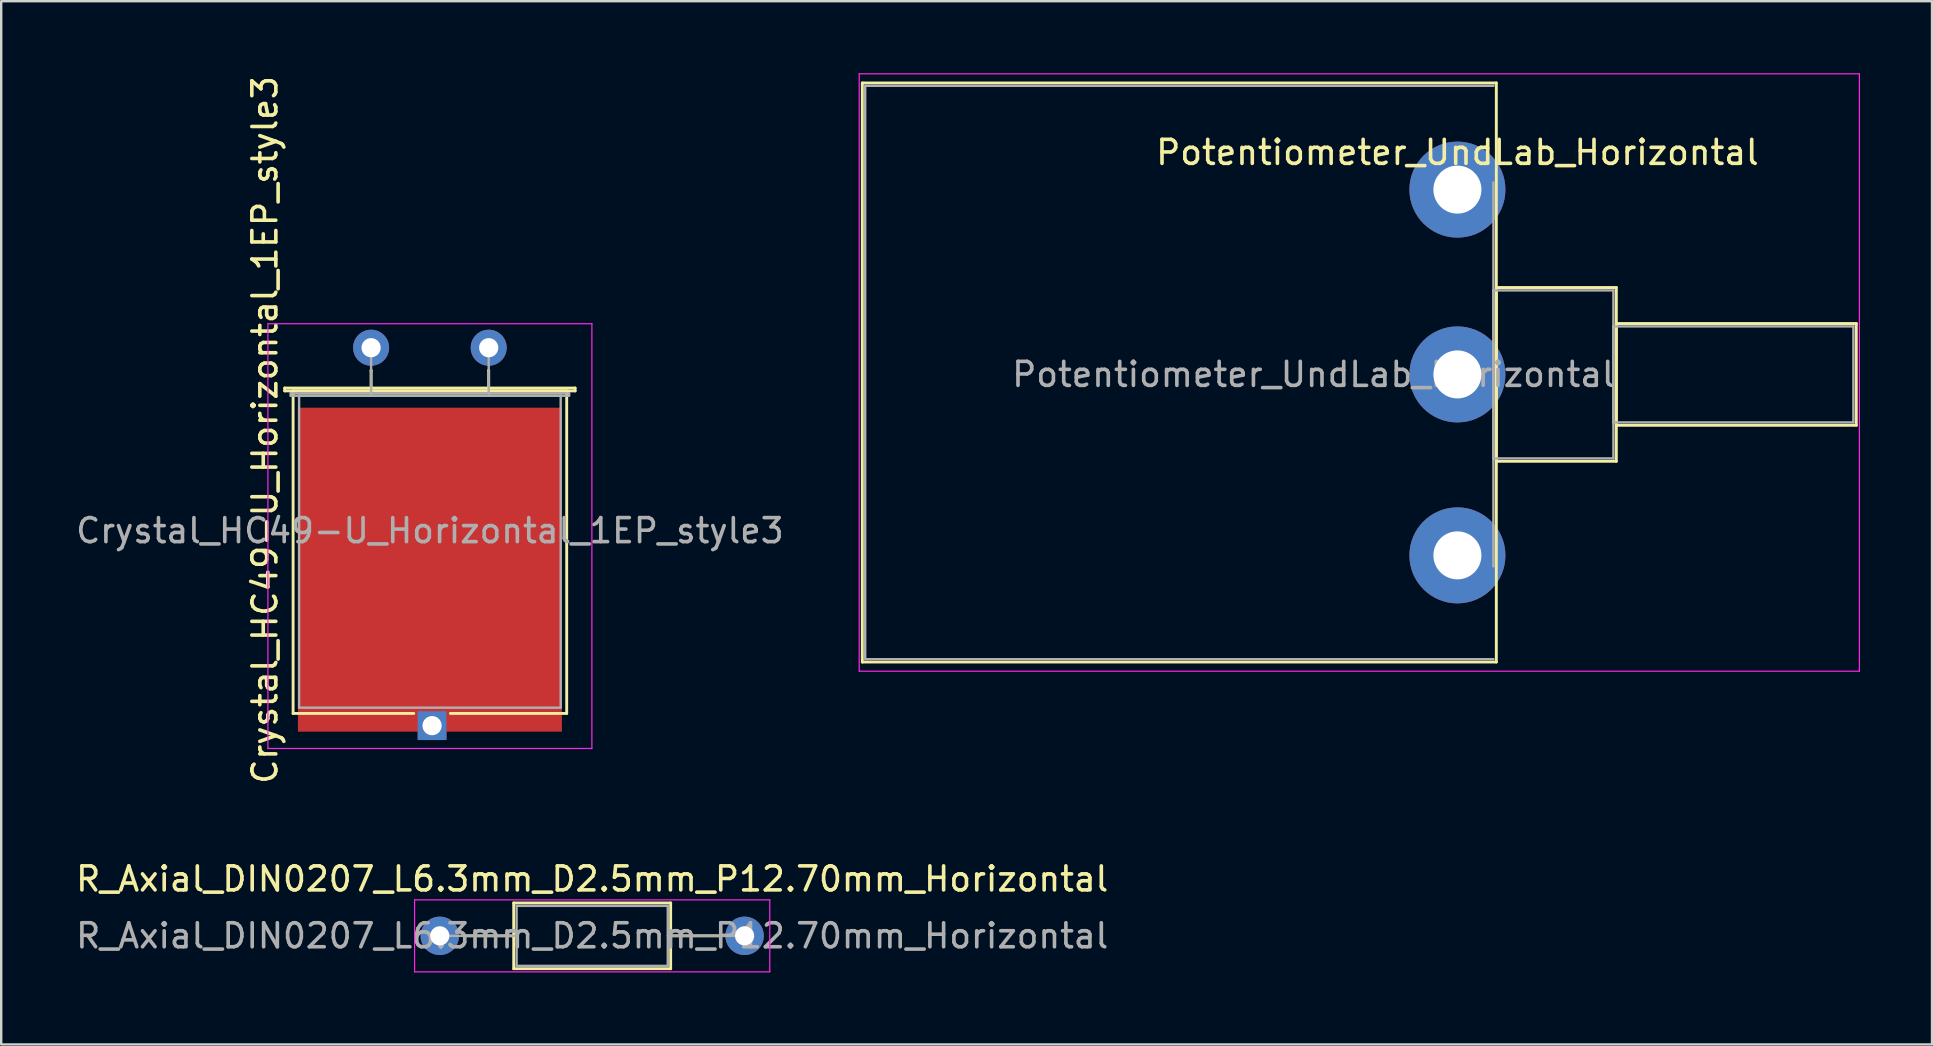
<source format=kicad_pcb>
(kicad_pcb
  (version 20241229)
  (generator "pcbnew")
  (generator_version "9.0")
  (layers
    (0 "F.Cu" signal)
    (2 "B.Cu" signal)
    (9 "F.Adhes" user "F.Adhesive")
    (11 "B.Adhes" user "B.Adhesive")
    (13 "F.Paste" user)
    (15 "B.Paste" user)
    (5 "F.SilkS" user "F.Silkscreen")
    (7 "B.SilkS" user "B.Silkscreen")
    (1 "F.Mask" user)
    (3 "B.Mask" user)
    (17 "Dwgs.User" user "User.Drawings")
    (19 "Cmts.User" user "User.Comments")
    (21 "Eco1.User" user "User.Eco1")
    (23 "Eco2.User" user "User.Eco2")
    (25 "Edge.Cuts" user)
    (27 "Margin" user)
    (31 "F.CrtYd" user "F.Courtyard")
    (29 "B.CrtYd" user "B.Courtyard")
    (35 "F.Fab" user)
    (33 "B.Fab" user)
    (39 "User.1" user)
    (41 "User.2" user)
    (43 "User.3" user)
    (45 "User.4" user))
  (footprint "R_Axial_DIN0207_L6.3mm_D2.5mm_P12.70mm_Horizontal"
    (layer "F.Cu")
    (at 15.275 35.944)
    (property "Reference" "R_Axial_DIN0207_L6.3mm_D2.5mm_P12.70mm_Horizontal" (at 6.35 -2.37 0) (layer "F.SilkS") (effects (font (size 1 1) (thickness 0.15))))
    (attr through_hole)
    (fp_line (start 1.04 0) (end 3.08 0) (stroke (width 0.12) (type solid)) (layer "F.SilkS"))
    (fp_line (start 3.08 -1.37) (end 3.08 1.37) (stroke (width 0.12) (type solid)) (layer "F.SilkS"))
    (fp_line (start 3.08 1.37) (end 9.62 1.37) (stroke (width 0.12) (type solid)) (layer "F.SilkS"))
    (fp_line (start 9.62 -1.37) (end 3.08 -1.37) (stroke (width 0.12) (type solid)) (layer "F.SilkS"))
    (fp_line (start 9.62 1.37) (end 9.62 -1.37) (stroke (width 0.12) (type solid)) (layer "F.SilkS"))
    (fp_line (start 11.66 0) (end 9.62 0) (stroke (width 0.12) (type solid)) (layer "F.SilkS"))
    (fp_line (start -1.05 -1.5) (end -1.05 1.5) (stroke (width 0.05) (type solid)) (layer "F.CrtYd"))
    (fp_line (start -1.05 1.5) (end 13.75 1.5) (stroke (width 0.05) (type solid)) (layer "F.CrtYd"))
    (fp_line (start 13.75 -1.5) (end -1.05 -1.5) (stroke (width 0.05) (type solid)) (layer "F.CrtYd"))
    (fp_line (start 13.75 1.5) (end 13.75 -1.5) (stroke (width 0.05) (type solid)) (layer "F.CrtYd"))
    (fp_line (start 0 0) (end 3.2 0) (stroke (width 0.1) (type solid)) (layer "F.Fab"))
    (fp_line (start 3.2 -1.25) (end 3.2 1.25) (stroke (width 0.1) (type solid)) (layer "F.Fab"))
    (fp_line (start 3.2 1.25) (end 9.5 1.25) (stroke (width 0.1) (type solid)) (layer "F.Fab"))
    (fp_line (start 9.5 -1.25) (end 3.2 -1.25) (stroke (width 0.1) (type solid)) (layer "F.Fab"))
    (fp_line (start 9.5 1.25) (end 9.5 -1.25) (stroke (width 0.1) (type solid)) (layer "F.Fab"))
    (fp_line (start 12.7 0) (end 9.5 0) (stroke (width 0.1) (type solid)) (layer "F.Fab"))
    (fp_text user "${REFERENCE}" (at 6.35 0 0) (layer "F.Fab") (effects (font (size 1 1) (thickness 0.15))))
    (pad "1" thru_hole circle (at 0 0) (size 1.6 1.6) (drill 0.8) (layers "*.Cu" "*.Mask"))
    (pad "2" thru_hole oval (at 12.7 0) (size 1.6 1.6) (drill 0.8) (layers "*.Cu" "*.Mask")))
  (footprint "Potentiometer_UndLab_Horizontal"
    (layer "F.Cu")
    (at 57.677 20.091)
    (property "Reference" "Potentiometer_UndLab_Horizontal" (at 0 -16.79 0) (layer "F.SilkS") (effects (font (size 1 1) (thickness 0.15))))
    (attr through_hole)
    (fp_line (start -24.796 -19.685) (end -24.796 4.445) (stroke (width 0.12) (type solid)) (layer "F.SilkS"))
    (fp_line (start -24.796 -19.685) (end 1.621 -19.685) (stroke (width 0.12) (type solid)) (layer "F.SilkS"))
    (fp_line (start -24.796 4.445) (end 1.621 4.445) (stroke (width 0.12) (type solid)) (layer "F.SilkS"))
    (fp_line (start 1.621 -19.685) (end 1.621 4.445) (stroke (width 0.12) (type solid)) (layer "F.SilkS"))
    (fp_line (start 1.621 -11.16) (end 1.621 -3.92) (stroke (width 0.12) (type solid)) (layer "F.SilkS"))
    (fp_line (start 1.621 -11.16) (end 6.621 -11.16) (stroke (width 0.12) (type solid)) (layer "F.SilkS"))
    (fp_line (start 1.621 -3.92) (end 6.621 -3.92) (stroke (width 0.12) (type solid)) (layer "F.SilkS"))
    (fp_line (start 6.621 -11.16) (end 6.621 -3.92) (stroke (width 0.12) (type solid)) (layer "F.SilkS"))
    (fp_line (start 6.621 -9.66) (end 6.621 -5.42) (stroke (width 0.12) (type solid)) (layer "F.SilkS"))
    (fp_line (start 6.621 -9.66) (end 16.62 -9.66) (stroke (width 0.12) (type solid)) (layer "F.SilkS"))
    (fp_line (start 6.621 -5.42) (end 16.62 -5.42) (stroke (width 0.12) (type solid)) (layer "F.SilkS"))
    (fp_line (start 16.62 -9.66) (end 16.62 -5.42) (stroke (width 0.12) (type solid)) (layer "F.SilkS"))
    (fp_line (start -24.926 -20.066) (end -24.926 4.826) (stroke (width 0.05) (type solid)) (layer "F.CrtYd"))
    (fp_line (start -24.926 4.826) (end 16.75 4.826) (stroke (width 0.05) (type solid)) (layer "F.CrtYd"))
    (fp_line (start 16.75 -20.066) (end -24.926 -20.066) (stroke (width 0.05) (type solid)) (layer "F.CrtYd"))
    (fp_line (start 16.75 4.826) (end 16.75 -20.066) (stroke (width 0.05) (type solid)) (layer "F.CrtYd"))
    (fp_line (start -24.676 -19.565) (end -24.676 4.325) (stroke (width 0.1) (type solid)) (layer "F.Fab"))
    (fp_line (start -24.676 4.325) (end 1.5 4.325) (stroke (width 0.1) (type solid)) (layer "F.Fab"))
    (fp_line (start 1.5 -19.565) (end -24.676 -19.565) (stroke (width 0.1) (type solid)) (layer "F.Fab"))
    (fp_line (start 1.5 -11.04) (end 1.5 -4.04) (stroke (width 0.1) (type solid)) (layer "F.Fab"))
    (fp_line (start 1.5 -4.04) (end 6.5 -4.04) (stroke (width 0.1) (type solid)) (layer "F.Fab"))
    (fp_line (start 1.5 0.46) (end 1.5 -15.54) (stroke (width 0.1) (type solid)) (layer "F.Fab"))
    (fp_line (start 6.5 -11.04) (end 1.5 -11.04) (stroke (width 0.1) (type solid)) (layer "F.Fab"))
    (fp_line (start 6.5 -9.54) (end 6.5 -5.54) (stroke (width 0.1) (type solid)) (layer "F.Fab"))
    (fp_line (start 6.5 -5.54) (end 16.5 -5.54) (stroke (width 0.1) (type solid)) (layer "F.Fab"))
    (fp_line (start 6.5 -4.04) (end 6.5 -11.04) (stroke (width 0.1) (type solid)) (layer "F.Fab"))
    (fp_line (start 16.5 -9.54) (end 6.5 -9.54) (stroke (width 0.1) (type solid)) (layer "F.Fab"))
    (fp_line (start 16.5 -5.54) (end 16.5 -9.54) (stroke (width 0.1) (type solid)) (layer "F.Fab"))
    (fp_text user "${REFERENCE}" (at -6 -7.54 0) (layer "F.Fab") (effects (font (size 1 1) (thickness 0.15))))
    (pad "1" thru_hole circle (at 0 0) (size 4 4) (drill 2) (layers "*.Cu" "*.Mask"))
    (pad "2" thru_hole circle (at 0 -7.54) (size 4 4) (drill 2) (layers "*.Cu" "*.Mask"))
    (pad "3" thru_hole circle (at 0 -15.24) (size 4 4) (drill 2) (layers "*.Cu" "*.Mask")))
  (footprint "Crystal_HC49-U_Horizontal_1EP_style3"
    (layer "F.Cu")
    (at 12.413 11.438)
    (property "Reference" "Crystal_HC49-U_Horizontal_1EP_style3" (at -4.425 3.425 90) (layer "F.SilkS") (effects (font (size 1 1) (thickness 0.15))))
    (attr through_hole)
    (fp_line (start -3.6 1.68) (end 8.5 1.68) (stroke (width 0.12) (type solid)) (layer "F.SilkS"))
    (fp_line (start -3.6 1.8) (end -3.6 1.68) (stroke (width 0.12) (type solid)) (layer "F.SilkS"))
    (fp_line (start -3.25 1.8) (end 8.15 1.8) (stroke (width 0.12) (type solid)) (layer "F.SilkS"))
    (fp_line (start -3.25 15.24) (end -3.25 1.8) (stroke (width 0.12) (type solid)) (layer "F.SilkS"))
    (fp_line (start -3.25 15.24) (end 1.778 15.24) (stroke (width 0.12) (type solid)) (layer "F.SilkS"))
    (fp_line (start 0 0.95) (end 0 0.95) (stroke (width 0.12) (type solid)) (layer "F.SilkS"))
    (fp_line (start 0 1.8) (end 0 0.95) (stroke (width 0.12) (type solid)) (layer "F.SilkS"))
    (fp_line (start 3.302 15.24) (end 8.15 15.24) (stroke (width 0.12) (type solid)) (layer "F.SilkS"))
    (fp_line (start 4.9 0.95) (end 4.9 0.95) (stroke (width 0.12) (type solid)) (layer "F.SilkS"))
    (fp_line (start 4.9 1.8) (end 4.9 0.95) (stroke (width 0.12) (type solid)) (layer "F.SilkS"))
    (fp_line (start 8.15 1.8) (end 8.15 15.24) (stroke (width 0.12) (type solid)) (layer "F.SilkS"))
    (fp_line (start 8.5 1.68) (end 8.5 1.8) (stroke (width 0.12) (type solid)) (layer "F.SilkS"))
    (fp_line (start 8.5 1.8) (end -3.6 1.8) (stroke (width 0.12) (type solid)) (layer "F.SilkS"))
    (fp_line (start -4.3 -1) (end -4.3 16.7) (stroke (width 0.05) (type solid)) (layer "F.CrtYd"))
    (fp_line (start -4.3 16.7) (end 9.2 16.7) (stroke (width 0.05) (type solid)) (layer "F.CrtYd"))
    (fp_line (start 9.2 -1) (end -4.3 -1) (stroke (width 0.05) (type solid)) (layer "F.CrtYd"))
    (fp_line (start 9.2 16.7) (end 9.2 -1) (stroke (width 0.05) (type solid)) (layer "F.CrtYd"))
    (fp_line (start -3.35 1.9) (end 8.25 1.9) (stroke (width 0.1) (type solid)) (layer "F.Fab"))
    (fp_line (start -3.35 2) (end -3.35 1.9) (stroke (width 0.1) (type solid)) (layer "F.Fab"))
    (fp_line (start -3 2) (end -3 15) (stroke (width 0.1) (type solid)) (layer "F.Fab"))
    (fp_line (start -3 15) (end 7.9 15) (stroke (width 0.1) (type solid)) (layer "F.Fab"))
    (fp_line (start 0 1) (end 0 0) (stroke (width 0.1) (type solid)) (layer "F.Fab"))
    (fp_line (start 0 2) (end 0 1) (stroke (width 0.1) (type solid)) (layer "F.Fab"))
    (fp_line (start 4.9 1) (end 4.9 0) (stroke (width 0.1) (type solid)) (layer "F.Fab"))
    (fp_line (start 4.9 2) (end 4.9 1) (stroke (width 0.1) (type solid)) (layer "F.Fab"))
    (fp_line (start 7.9 2) (end -3 2) (stroke (width 0.1) (type solid)) (layer "F.Fab"))
    (fp_line (start 7.9 15) (end 7.9 2) (stroke (width 0.1) (type solid)) (layer "F.Fab"))
    (fp_line (start 8.25 1.9) (end 8.25 2) (stroke (width 0.1) (type solid)) (layer "F.Fab"))
    (fp_line (start 8.25 2) (end -3.35 2) (stroke (width 0.1) (type solid)) (layer "F.Fab"))
    (fp_text user "${REFERENCE}" (at 2.45 7.625 0) (layer "F.Fab") (effects (font (size 1 1) (thickness 0.15))))
    (pad "1" thru_hole circle (at 0 0) (size 1.5 1.5) (drill 0.8) (layers "*.Cu" "*.Mask"))
    (pad "2" thru_hole circle (at 4.9 0) (size 1.5 1.5) (drill 0.8) (layers "*.Cu" "*.Mask"))
    (pad "3" smd rect (at 2.45 9.25) (size 11 13.5) (layers "F.Cu" "F.Mask" "F.Paste"))
    (pad "3" thru_hole rect (at 2.54 15.748) (size 1.2 1.2) (drill 0.8) (layers "*.Cu" "*.Mask")))
  (gr_rect
    (start -3 -3)
    (end 77.452 40.469)
    (stroke (width 0.1) (type default))
    (fill no)
    (layer "Edge.Cuts")))
</source>
